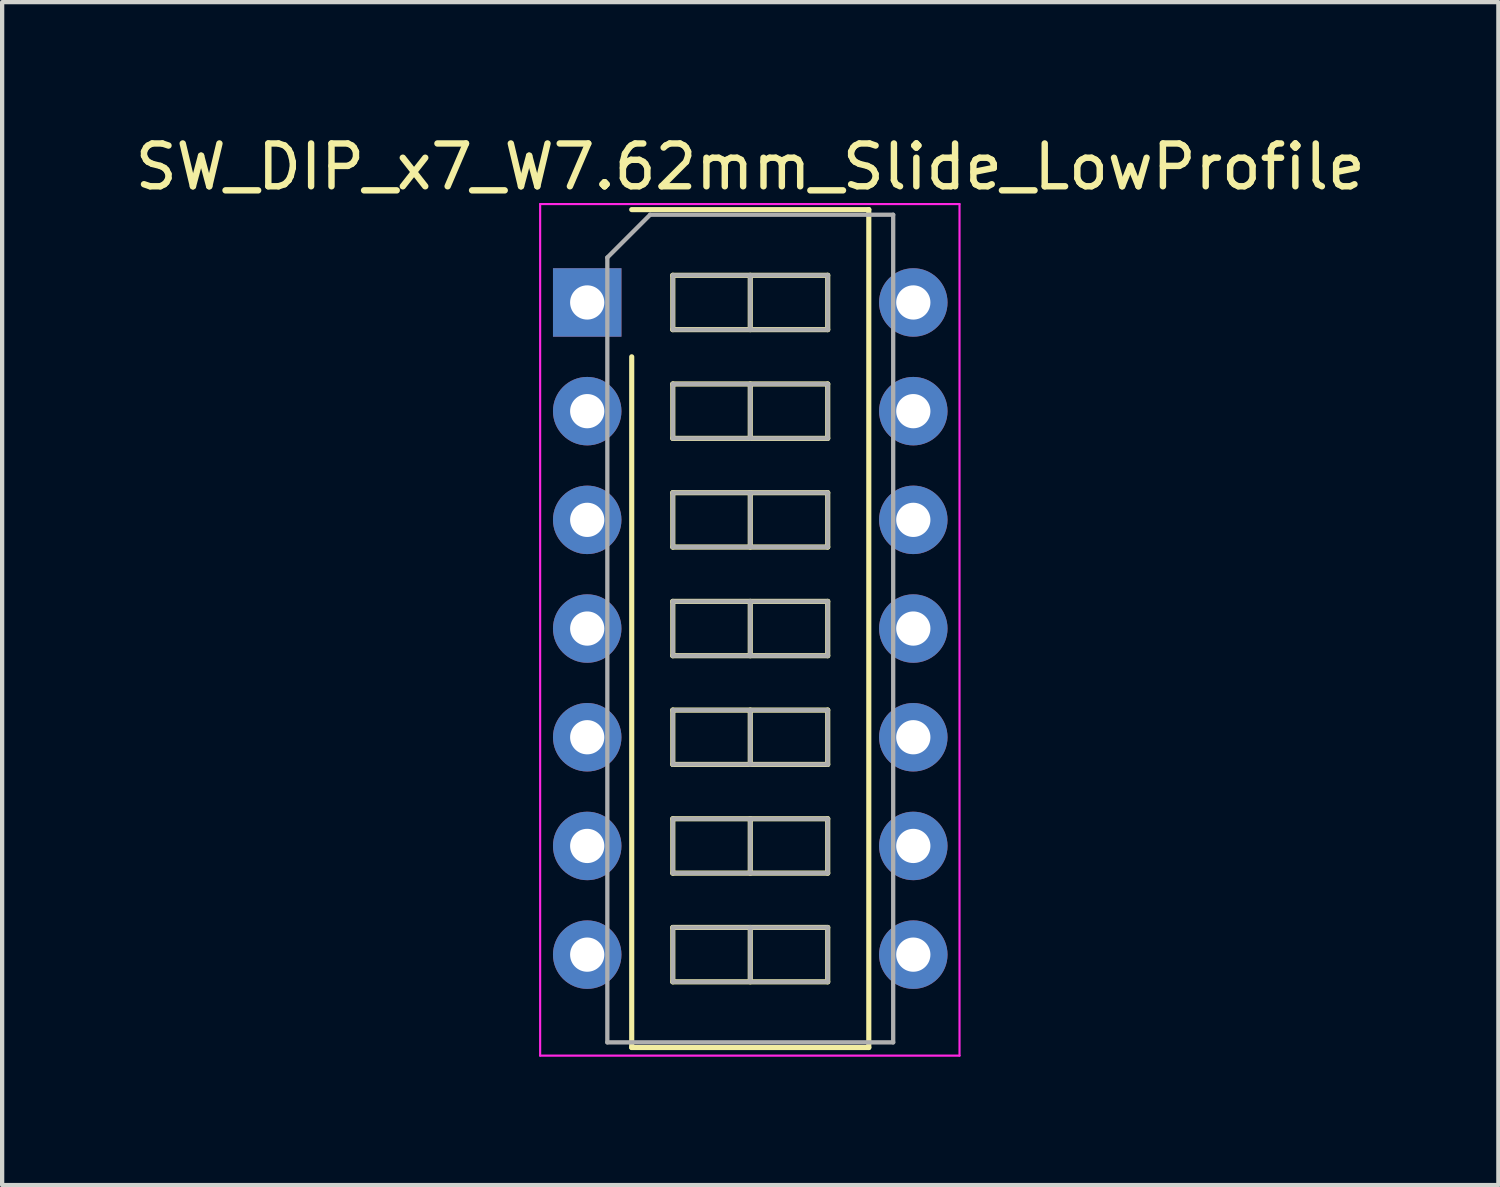
<source format=kicad_pcb>
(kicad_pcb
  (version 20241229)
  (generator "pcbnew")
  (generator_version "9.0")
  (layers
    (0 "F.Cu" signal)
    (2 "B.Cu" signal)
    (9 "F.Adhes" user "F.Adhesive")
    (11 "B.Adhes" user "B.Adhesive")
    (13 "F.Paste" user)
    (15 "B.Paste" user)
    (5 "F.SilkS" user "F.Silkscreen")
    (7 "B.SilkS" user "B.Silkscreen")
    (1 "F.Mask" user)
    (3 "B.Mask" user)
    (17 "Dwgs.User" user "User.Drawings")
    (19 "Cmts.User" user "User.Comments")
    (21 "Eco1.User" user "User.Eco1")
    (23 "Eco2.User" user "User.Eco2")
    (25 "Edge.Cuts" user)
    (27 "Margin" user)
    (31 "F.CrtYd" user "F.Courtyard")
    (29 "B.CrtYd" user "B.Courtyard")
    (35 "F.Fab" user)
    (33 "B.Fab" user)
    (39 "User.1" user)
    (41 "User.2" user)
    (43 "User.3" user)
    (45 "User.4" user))
  (footprint "SW_DIP_x7_W7.62mm_Slide_LowProfile"
    (layer "F.Cu")
    (at 10.672 4.018)
    (property "Reference" "SW_DIP_x7_W7.62mm_Slide_LowProfile" (at 3.81 -3.17 0) (layer "F.SilkS") (effects (font (size 1 1) (thickness 0.15))))
    (attr through_hole)
    (fp_line (start 1.04 -2.17) (end 6.58 -2.17) (stroke (width 0.12) (type solid)) (layer "F.SilkS"))
    (fp_line (start 1.04 17.41) (end 1.04 1.27) (stroke (width 0.12) (type solid)) (layer "F.SilkS"))
    (fp_line (start 2 -0.635) (end 2 0.635) (stroke (width 0.12) (type solid)) (layer "F.SilkS"))
    (fp_line (start 2 0.635) (end 5.62 0.635) (stroke (width 0.12) (type solid)) (layer "F.SilkS"))
    (fp_line (start 2 1.905) (end 2 3.175) (stroke (width 0.12) (type solid)) (layer "F.SilkS"))
    (fp_line (start 2 3.175) (end 5.62 3.175) (stroke (width 0.12) (type solid)) (layer "F.SilkS"))
    (fp_line (start 2 4.445) (end 2 5.715) (stroke (width 0.12) (type solid)) (layer "F.SilkS"))
    (fp_line (start 2 5.715) (end 5.62 5.715) (stroke (width 0.12) (type solid)) (layer "F.SilkS"))
    (fp_line (start 2 6.985) (end 2 8.255) (stroke (width 0.12) (type solid)) (layer "F.SilkS"))
    (fp_line (start 2 8.255) (end 5.62 8.255) (stroke (width 0.12) (type solid)) (layer "F.SilkS"))
    (fp_line (start 2 9.525) (end 2 10.795) (stroke (width 0.12) (type solid)) (layer "F.SilkS"))
    (fp_line (start 2 10.795) (end 5.62 10.795) (stroke (width 0.12) (type solid)) (layer "F.SilkS"))
    (fp_line (start 2 12.065) (end 2 13.335) (stroke (width 0.12) (type solid)) (layer "F.SilkS"))
    (fp_line (start 2 13.335) (end 5.62 13.335) (stroke (width 0.12) (type solid)) (layer "F.SilkS"))
    (fp_line (start 2 14.605) (end 2 15.875) (stroke (width 0.12) (type solid)) (layer "F.SilkS"))
    (fp_line (start 2 15.875) (end 5.62 15.875) (stroke (width 0.12) (type solid)) (layer "F.SilkS"))
    (fp_line (start 3.81 -0.635) (end 3.81 0.635) (stroke (width 0.12) (type solid)) (layer "F.SilkS"))
    (fp_line (start 3.81 1.905) (end 3.81 3.175) (stroke (width 0.12) (type solid)) (layer "F.SilkS"))
    (fp_line (start 3.81 4.445) (end 3.81 5.715) (stroke (width 0.12) (type solid)) (layer "F.SilkS"))
    (fp_line (start 3.81 6.985) (end 3.81 8.255) (stroke (width 0.12) (type solid)) (layer "F.SilkS"))
    (fp_line (start 3.81 9.525) (end 3.81 10.795) (stroke (width 0.12) (type solid)) (layer "F.SilkS"))
    (fp_line (start 3.81 12.065) (end 3.81 13.335) (stroke (width 0.12) (type solid)) (layer "F.SilkS"))
    (fp_line (start 3.81 14.605) (end 3.81 15.875) (stroke (width 0.12) (type solid)) (layer "F.SilkS"))
    (fp_line (start 5.62 -0.635) (end 2 -0.635) (stroke (width 0.12) (type solid)) (layer "F.SilkS"))
    (fp_line (start 5.62 0.635) (end 5.62 -0.635) (stroke (width 0.12) (type solid)) (layer "F.SilkS"))
    (fp_line (start 5.62 1.905) (end 2 1.905) (stroke (width 0.12) (type solid)) (layer "F.SilkS"))
    (fp_line (start 5.62 3.175) (end 5.62 1.905) (stroke (width 0.12) (type solid)) (layer "F.SilkS"))
    (fp_line (start 5.62 4.445) (end 2 4.445) (stroke (width 0.12) (type solid)) (layer "F.SilkS"))
    (fp_line (start 5.62 5.715) (end 5.62 4.445) (stroke (width 0.12) (type solid)) (layer "F.SilkS"))
    (fp_line (start 5.62 6.985) (end 2 6.985) (stroke (width 0.12) (type solid)) (layer "F.SilkS"))
    (fp_line (start 5.62 8.255) (end 5.62 6.985) (stroke (width 0.12) (type solid)) (layer "F.SilkS"))
    (fp_line (start 5.62 9.525) (end 2 9.525) (stroke (width 0.12) (type solid)) (layer "F.SilkS"))
    (fp_line (start 5.62 10.795) (end 5.62 9.525) (stroke (width 0.12) (type solid)) (layer "F.SilkS"))
    (fp_line (start 5.62 12.065) (end 2 12.065) (stroke (width 0.12) (type solid)) (layer "F.SilkS"))
    (fp_line (start 5.62 13.335) (end 5.62 12.065) (stroke (width 0.12) (type solid)) (layer "F.SilkS"))
    (fp_line (start 5.62 14.605) (end 2 14.605) (stroke (width 0.12) (type solid)) (layer "F.SilkS"))
    (fp_line (start 5.62 15.875) (end 5.62 14.605) (stroke (width 0.12) (type solid)) (layer "F.SilkS"))
    (fp_line (start 6.58 -2.17) (end 6.58 17.41) (stroke (width 0.12) (type solid)) (layer "F.SilkS"))
    (fp_line (start 6.58 17.41) (end 1.04 17.41) (stroke (width 0.12) (type solid)) (layer "F.SilkS"))
    (fp_line (start -1.1 -2.3) (end -1.1 17.6) (stroke (width 0.05) (type solid)) (layer "F.CrtYd"))
    (fp_line (start -1.1 17.6) (end 8.7 17.6) (stroke (width 0.05) (type solid)) (layer "F.CrtYd"))
    (fp_line (start 8.7 -2.3) (end -1.1 -2.3) (stroke (width 0.05) (type solid)) (layer "F.CrtYd"))
    (fp_line (start 8.7 17.6) (end 8.7 -2.3) (stroke (width 0.05) (type solid)) (layer "F.CrtYd"))
    (fp_line (start 0.47 -1.05) (end 1.47 -2.05) (stroke (width 0.1) (type solid)) (layer "F.Fab"))
    (fp_line (start 0.47 17.29) (end 0.47 -1.05) (stroke (width 0.1) (type solid)) (layer "F.Fab"))
    (fp_line (start 1.47 -2.05) (end 7.15 -2.05) (stroke (width 0.1) (type solid)) (layer "F.Fab"))
    (fp_line (start 2 -0.635) (end 2 0.635) (stroke (width 0.1) (type solid)) (layer "F.Fab"))
    (fp_line (start 2 0.635) (end 5.62 0.635) (stroke (width 0.1) (type solid)) (layer "F.Fab"))
    (fp_line (start 2 1.905) (end 2 3.175) (stroke (width 0.1) (type solid)) (layer "F.Fab"))
    (fp_line (start 2 3.175) (end 5.62 3.175) (stroke (width 0.1) (type solid)) (layer "F.Fab"))
    (fp_line (start 2 4.445) (end 2 5.715) (stroke (width 0.1) (type solid)) (layer "F.Fab"))
    (fp_line (start 2 5.715) (end 5.62 5.715) (stroke (width 0.1) (type solid)) (layer "F.Fab"))
    (fp_line (start 2 6.985) (end 2 8.255) (stroke (width 0.1) (type solid)) (layer "F.Fab"))
    (fp_line (start 2 8.255) (end 5.62 8.255) (stroke (width 0.1) (type solid)) (layer "F.Fab"))
    (fp_line (start 2 9.525) (end 2 10.795) (stroke (width 0.1) (type solid)) (layer "F.Fab"))
    (fp_line (start 2 10.795) (end 5.62 10.795) (stroke (width 0.1) (type solid)) (layer "F.Fab"))
    (fp_line (start 2 12.065) (end 2 13.335) (stroke (width 0.1) (type solid)) (layer "F.Fab"))
    (fp_line (start 2 13.335) (end 5.62 13.335) (stroke (width 0.1) (type solid)) (layer "F.Fab"))
    (fp_line (start 2 14.605) (end 2 15.875) (stroke (width 0.1) (type solid)) (layer "F.Fab"))
    (fp_line (start 2 15.875) (end 5.62 15.875) (stroke (width 0.1) (type solid)) (layer "F.Fab"))
    (fp_line (start 3.81 -0.635) (end 3.81 0.635) (stroke (width 0.1) (type solid)) (layer "F.Fab"))
    (fp_line (start 3.81 1.905) (end 3.81 3.175) (stroke (width 0.1) (type solid)) (layer "F.Fab"))
    (fp_line (start 3.81 4.445) (end 3.81 5.715) (stroke (width 0.1) (type solid)) (layer "F.Fab"))
    (fp_line (start 3.81 6.985) (end 3.81 8.255) (stroke (width 0.1) (type solid)) (layer "F.Fab"))
    (fp_line (start 3.81 9.525) (end 3.81 10.795) (stroke (width 0.1) (type solid)) (layer "F.Fab"))
    (fp_line (start 3.81 12.065) (end 3.81 13.335) (stroke (width 0.1) (type solid)) (layer "F.Fab"))
    (fp_line (start 3.81 14.605) (end 3.81 15.875) (stroke (width 0.1) (type solid)) (layer "F.Fab"))
    (fp_line (start 5.62 -0.635) (end 2 -0.635) (stroke (width 0.1) (type solid)) (layer "F.Fab"))
    (fp_line (start 5.62 0.635) (end 5.62 -0.635) (stroke (width 0.1) (type solid)) (layer "F.Fab"))
    (fp_line (start 5.62 1.905) (end 2 1.905) (stroke (width 0.1) (type solid)) (layer "F.Fab"))
    (fp_line (start 5.62 3.175) (end 5.62 1.905) (stroke (width 0.1) (type solid)) (layer "F.Fab"))
    (fp_line (start 5.62 4.445) (end 2 4.445) (stroke (width 0.1) (type solid)) (layer "F.Fab"))
    (fp_line (start 5.62 5.715) (end 5.62 4.445) (stroke (width 0.1) (type solid)) (layer "F.Fab"))
    (fp_line (start 5.62 6.985) (end 2 6.985) (stroke (width 0.1) (type solid)) (layer "F.Fab"))
    (fp_line (start 5.62 8.255) (end 5.62 6.985) (stroke (width 0.1) (type solid)) (layer "F.Fab"))
    (fp_line (start 5.62 9.525) (end 2 9.525) (stroke (width 0.1) (type solid)) (layer "F.Fab"))
    (fp_line (start 5.62 10.795) (end 5.62 9.525) (stroke (width 0.1) (type solid)) (layer "F.Fab"))
    (fp_line (start 5.62 12.065) (end 2 12.065) (stroke (width 0.1) (type solid)) (layer "F.Fab"))
    (fp_line (start 5.62 13.335) (end 5.62 12.065) (stroke (width 0.1) (type solid)) (layer "F.Fab"))
    (fp_line (start 5.62 14.605) (end 2 14.605) (stroke (width 0.1) (type solid)) (layer "F.Fab"))
    (fp_line (start 5.62 15.875) (end 5.62 14.605) (stroke (width 0.1) (type solid)) (layer "F.Fab"))
    (fp_line (start 7.15 -2.05) (end 7.15 17.29) (stroke (width 0.1) (type solid)) (layer "F.Fab"))
    (fp_line (start 7.15 17.29) (end 0.47 17.29) (stroke (width 0.1) (type solid)) (layer "F.Fab"))
    (pad "1" thru_hole rect (at 0 0) (size 1.6 1.6) (drill 0.8) (layers "*.Cu" "*.Mask"))
    (pad "2" thru_hole oval (at 0 2.54) (size 1.6 1.6) (drill 0.8) (layers "*.Cu" "*.Mask"))
    (pad "3" thru_hole oval (at 0 5.08) (size 1.6 1.6) (drill 0.8) (layers "*.Cu" "*.Mask"))
    (pad "4" thru_hole oval (at 0 7.62) (size 1.6 1.6) (drill 0.8) (layers "*.Cu" "*.Mask"))
    (pad "5" thru_hole oval (at 0 10.16) (size 1.6 1.6) (drill 0.8) (layers "*.Cu" "*.Mask"))
    (pad "6" thru_hole oval (at 0 12.7) (size 1.6 1.6) (drill 0.8) (layers "*.Cu" "*.Mask"))
    (pad "7" thru_hole oval (at 0 15.24) (size 1.6 1.6) (drill 0.8) (layers "*.Cu" "*.Mask"))
    (pad "8" thru_hole oval (at 7.62 15.24) (size 1.6 1.6) (drill 0.8) (layers "*.Cu" "*.Mask"))
    (pad "9" thru_hole oval (at 7.62 12.7) (size 1.6 1.6) (drill 0.8) (layers "*.Cu" "*.Mask"))
    (pad "10" thru_hole oval (at 7.62 10.16) (size 1.6 1.6) (drill 0.8) (layers "*.Cu" "*.Mask"))
    (pad "11" thru_hole oval (at 7.62 7.62) (size 1.6 1.6) (drill 0.8) (layers "*.Cu" "*.Mask"))
    (pad "12" thru_hole oval (at 7.62 5.08) (size 1.6 1.6) (drill 0.8) (layers "*.Cu" "*.Mask"))
    (pad "13" thru_hole oval (at 7.62 2.54) (size 1.6 1.6) (drill 0.8) (layers "*.Cu" "*.Mask"))
    (pad "14" thru_hole oval (at 7.62 0) (size 1.6 1.6) (drill 0.8) (layers "*.Cu" "*.Mask")))
  (gr_rect
    (start -3 -3)
    (end 31.964 24.643)
    (stroke (width 0.1) (type default))
    (fill no)
    (layer "Edge.Cuts")))
</source>
